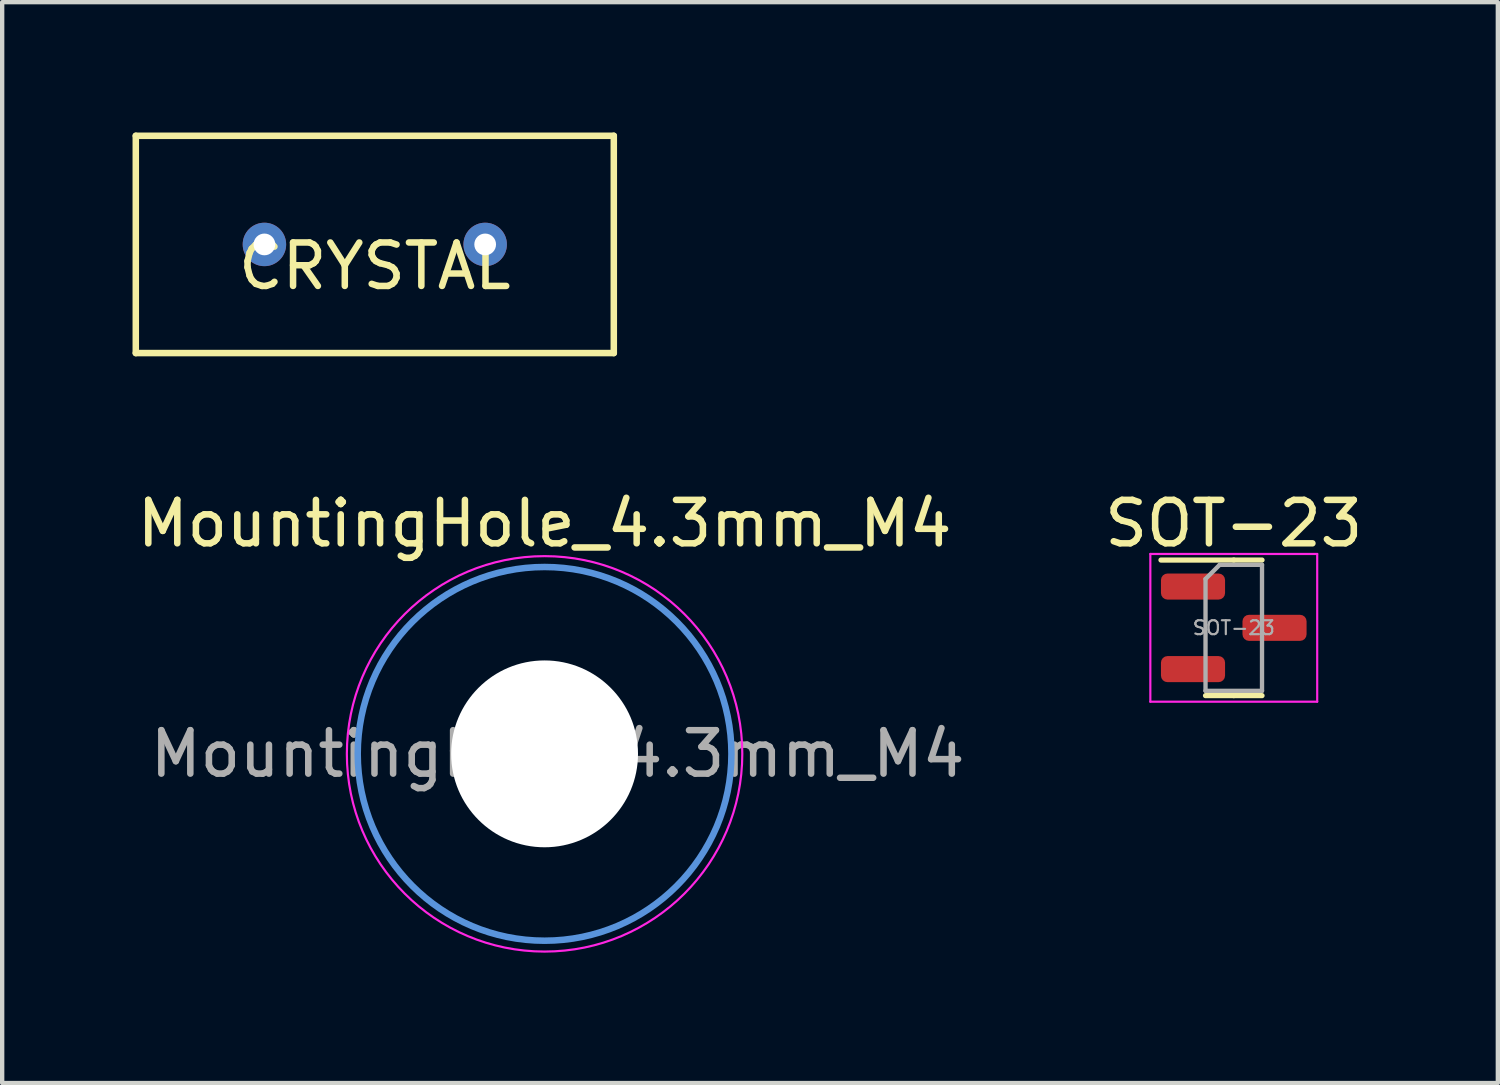
<source format=kicad_pcb>
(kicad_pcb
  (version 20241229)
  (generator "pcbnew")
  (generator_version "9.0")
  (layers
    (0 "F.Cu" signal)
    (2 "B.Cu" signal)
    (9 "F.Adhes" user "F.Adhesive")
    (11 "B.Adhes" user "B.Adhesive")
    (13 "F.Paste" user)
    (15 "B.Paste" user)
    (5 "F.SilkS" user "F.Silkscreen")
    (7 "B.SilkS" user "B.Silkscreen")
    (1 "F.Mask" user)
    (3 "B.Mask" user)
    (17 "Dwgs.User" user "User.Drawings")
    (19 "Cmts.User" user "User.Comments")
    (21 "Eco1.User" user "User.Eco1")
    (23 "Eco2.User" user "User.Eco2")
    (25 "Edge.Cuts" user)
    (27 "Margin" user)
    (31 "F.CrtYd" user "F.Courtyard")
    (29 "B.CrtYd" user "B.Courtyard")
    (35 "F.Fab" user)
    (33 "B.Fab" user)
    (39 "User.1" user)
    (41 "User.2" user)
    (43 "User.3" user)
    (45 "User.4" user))
  (footprint "CRYSTAL"
    (layer "F.Cu")
    (at 5.575 2.575)
    (property "Reference" "CRYSTAL" (at 0 0.5 0) (layer "F.SilkS") (effects (font (size 1 1) (thickness 0.15))))
    (attr through_hole)
    (fp_line (start -5.5 -2.5) (end 5.5 -2.5) (stroke (width 0.15) (type solid)) (layer "F.SilkS"))
    (fp_line (start -5.5 2.5) (end -5.5 -2.5) (stroke (width 0.15) (type solid)) (layer "F.SilkS"))
    (fp_line (start 5.5 -2.5) (end 5.5 2.5) (stroke (width 0.15) (type solid)) (layer "F.SilkS"))
    (fp_line (start 5.5 2.5) (end -5.5 2.5) (stroke (width 0.15) (type solid)) (layer "F.SilkS"))
    (pad "1" thru_hole circle (at -2.54 0) (size 1 1) (drill 0.5) (layers "*.Cu" "*.Mask"))
    (pad "2" thru_hole circle (at 2.54 0) (size 1 1) (drill 0.5) (layers "*.Cu" "*.Mask")))
  (footprint "SOT-23"
    (layer "F.Cu")
    (at 25.342 11.398)
    (property "Reference" "SOT-23" (at 0 -2.4 0) (layer "F.SilkS") (effects (font (size 1 1) (thickness 0.15))))
    (attr smd)
    (fp_line (start 0 -1.56) (end -1.675 -1.56) (stroke (width 0.12) (type solid)) (layer "F.SilkS"))
    (fp_line (start 0 -1.56) (end 0.65 -1.56) (stroke (width 0.12) (type solid)) (layer "F.SilkS"))
    (fp_line (start 0 1.56) (end -0.65 1.56) (stroke (width 0.12) (type solid)) (layer "F.SilkS"))
    (fp_line (start 0 1.56) (end 0.65 1.56) (stroke (width 0.12) (type solid)) (layer "F.SilkS"))
    (fp_line (start -1.92 -1.7) (end -1.92 1.7) (stroke (width 0.05) (type solid)) (layer "F.CrtYd"))
    (fp_line (start -1.92 1.7) (end 1.92 1.7) (stroke (width 0.05) (type solid)) (layer "F.CrtYd"))
    (fp_line (start 1.92 -1.7) (end -1.92 -1.7) (stroke (width 0.05) (type solid)) (layer "F.CrtYd"))
    (fp_line (start 1.92 1.7) (end 1.92 -1.7) (stroke (width 0.05) (type solid)) (layer "F.CrtYd"))
    (fp_line (start -0.65 -1.125) (end -0.325 -1.45) (stroke (width 0.1) (type solid)) (layer "F.Fab"))
    (fp_line (start -0.65 1.45) (end -0.65 -1.125) (stroke (width 0.1) (type solid)) (layer "F.Fab"))
    (fp_line (start -0.325 -1.45) (end 0.65 -1.45) (stroke (width 0.1) (type solid)) (layer "F.Fab"))
    (fp_line (start 0.65 -1.45) (end 0.65 1.45) (stroke (width 0.1) (type solid)) (layer "F.Fab"))
    (fp_line (start 0.65 1.45) (end -0.65 1.45) (stroke (width 0.1) (type solid)) (layer "F.Fab"))
    (fp_text user "${REFERENCE}" (at 0 0 0) (layer "F.Fab") (effects (font (size 0.32 0.32) (thickness 0.05))))
    (pad "1" smd roundrect (at -0.938 -0.95) (size 1.475 0.6) (layers "F.Cu" "F.Mask" "F.Paste") (roundrect_rratio 0.25))
    (pad "2" smd roundrect (at -0.938 0.95) (size 1.475 0.6) (layers "F.Cu" "F.Mask" "F.Paste") (roundrect_rratio 0.25))
    (pad "3" smd roundrect (at 0.938 0) (size 1.475 0.6) (layers "F.Cu" "F.Mask" "F.Paste") (roundrect_rratio 0.25)))
  (footprint "MountingHole_4.3mm_M4"
    (layer "F.Cu")
    (at 9.482 14.298)
    (property "Reference" "MountingHole_4.3mm_M4" (at 0 -5.3 0) (layer "F.SilkS") (effects (font (size 1 1) (thickness 0.15))))
    (attr exclude_from_pos_files exclude_from_bom)
    (fp_circle (center 0 0) (end 4.3 0) (stroke (width 0.15) (type solid)) (fill no) (layer "Cmts.User"))
    (fp_circle (center 0 0) (end 4.55 0) (stroke (width 0.05) (type solid)) (fill no) (layer "F.CrtYd"))
    (fp_text user "${REFERENCE}" (at 0.3 0 0) (layer "F.Fab") (effects (font (size 1 1) (thickness 0.15))))
    (pad "" np_thru_hole circle (at 0 0) (size 4.3 4.3) (drill 4.3) (layers "*.Cu" "*.Mask")))
  (gr_rect
    (start -3 -3)
    (end 31.419 21.873)
    (stroke (width 0.1) (type default))
    (fill no)
    (layer "Edge.Cuts")))
</source>
